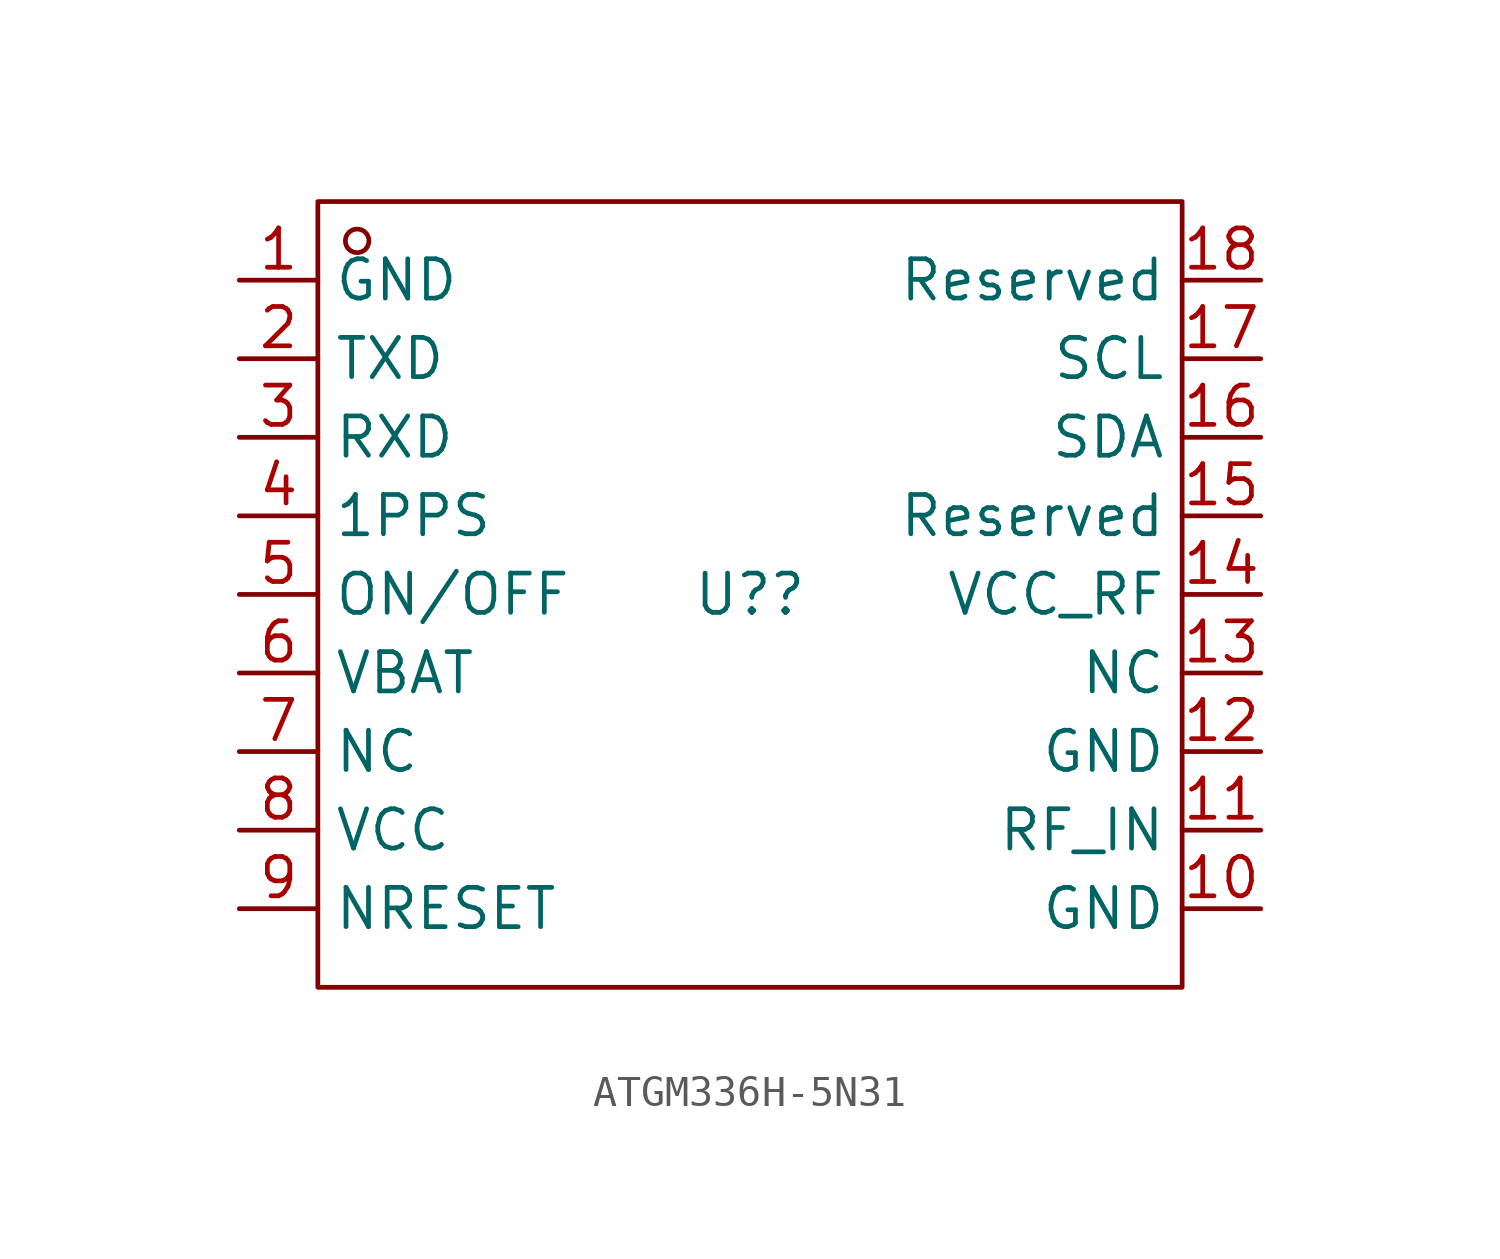
<source format=kicad_sym>
(kicad_symbol_lib
  (version 20231120)
  (generator "kicad_symbol_editor")
  (generator_version "8.0")
  (symbol "ATGM336H-5N31"
    (property "Reference" "U?"
      (at 0 0 0)
      (effects (font (size 1.27 1.27))))
    (property "Value" ""
      (at 0 0 0)
      (effects (font (size 1.27 1.27))))
    (symbol "ATGM336H-5N31_1_0"
      (rectangle (start -13.97 -12.7) (end 13.97 12.7) (stroke (width 0) (type default)) (fill (type none)))
      (circle (center -12.7 11.43) (radius 0.381) (stroke (width 0) (type default)) (fill (type none)))
      (pin input line (at -16.51 10.16 0) (length 2.54) (name "GND" (effects (font (size 1.27 1.27)))) (number "1" (effects (font (size 1.27 1.27)))))
      (pin input line (at 16.51 -10.16 180) (length 2.54) (name "GND" (effects (font (size 1.27 1.27)))) (number "10" (effects (font (size 1.27 1.27)))))
      (pin input line (at 16.51 -7.62 180) (length 2.54) (name "RF_IN" (effects (font (size 1.27 1.27)))) (number "11" (effects (font (size 1.27 1.27)))))
      (pin input line (at 16.51 -5.08 180) (length 2.54) (name "GND" (effects (font (size 1.27 1.27)))) (number "12" (effects (font (size 1.27 1.27)))))
      (pin input line (at 16.51 -2.54 180) (length 2.54) (name "NC" (effects (font (size 1.27 1.27)))) (number "13" (effects (font (size 1.27 1.27)))))
      (pin input line (at 16.51 0 180) (length 2.54) (name "VCC_RF" (effects (font (size 1.27 1.27)))) (number "14" (effects (font (size 1.27 1.27)))))
      (pin input line (at 16.51 2.54 180) (length 2.54) (name "Reserved" (effects (font (size 1.27 1.27)))) (number "15" (effects (font (size 1.27 1.27)))))
      (pin input line (at 16.51 5.08 180) (length 2.54) (name "SDA" (effects (font (size 1.27 1.27)))) (number "16" (effects (font (size 1.27 1.27)))))
      (pin input line (at 16.51 7.62 180) (length 2.54) (name "SCL" (effects (font (size 1.27 1.27)))) (number "17" (effects (font (size 1.27 1.27)))))
      (pin input line (at 16.51 10.16 180) (length 2.54) (name "Reserved" (effects (font (size 1.27 1.27)))) (number "18" (effects (font (size 1.27 1.27)))))
      (pin input line (at -16.51 7.62 0) (length 2.54) (name "TXD" (effects (font (size 1.27 1.27)))) (number "2" (effects (font (size 1.27 1.27)))))
      (pin input line (at -16.51 5.08 0) (length 2.54) (name "RXD" (effects (font (size 1.27 1.27)))) (number "3" (effects (font (size 1.27 1.27)))))
      (pin input line (at -16.51 2.54 0) (length 2.54) (name "1PPS" (effects (font (size 1.27 1.27)))) (number "4" (effects (font (size 1.27 1.27)))))
      (pin input line (at -16.51 0 0) (length 2.54) (name "ON/OFF" (effects (font (size 1.27 1.27)))) (number "5" (effects (font (size 1.27 1.27)))))
      (pin input line (at -16.51 -2.54 0) (length 2.54) (name "VBAT" (effects (font (size 1.27 1.27)))) (number "6" (effects (font (size 1.27 1.27)))))
      (pin input line (at -16.51 -5.08 0) (length 2.54) (name "NC" (effects (font (size 1.27 1.27)))) (number "7" (effects (font (size 1.27 1.27)))))
      (pin input line (at -16.51 -7.62 0) (length 2.54) (name "VCC" (effects (font (size 1.27 1.27)))) (number "8" (effects (font (size 1.27 1.27)))))
      (pin input line (at -16.51 -10.16 0) (length 2.54) (name "NRESET" (effects (font (size 1.27 1.27)))) (number "9" (effects (font (size 1.27 1.27))))))))
</source>
